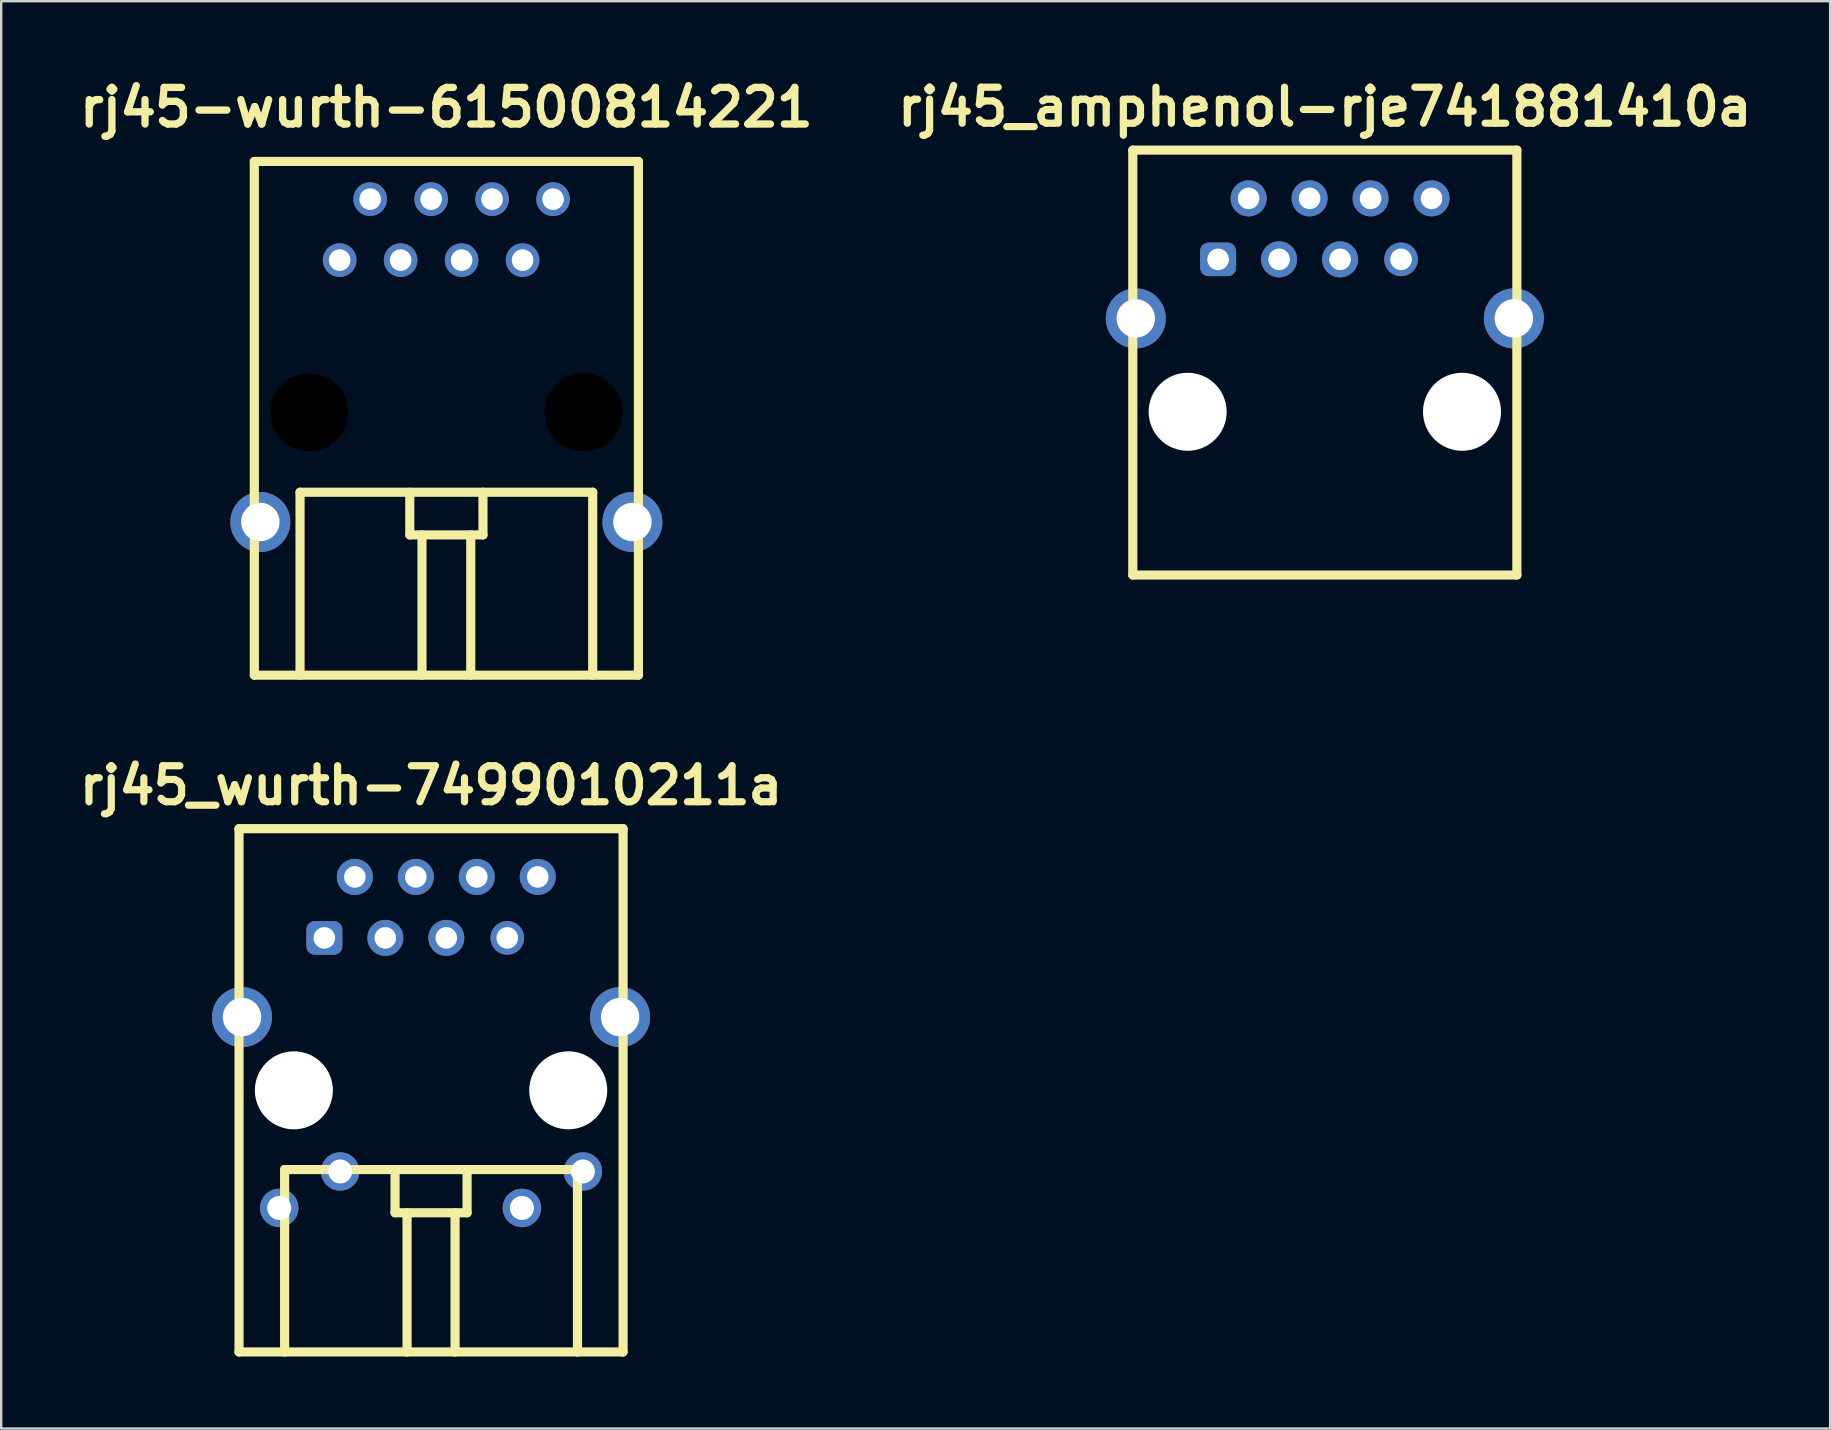
<source format=kicad_pcb>
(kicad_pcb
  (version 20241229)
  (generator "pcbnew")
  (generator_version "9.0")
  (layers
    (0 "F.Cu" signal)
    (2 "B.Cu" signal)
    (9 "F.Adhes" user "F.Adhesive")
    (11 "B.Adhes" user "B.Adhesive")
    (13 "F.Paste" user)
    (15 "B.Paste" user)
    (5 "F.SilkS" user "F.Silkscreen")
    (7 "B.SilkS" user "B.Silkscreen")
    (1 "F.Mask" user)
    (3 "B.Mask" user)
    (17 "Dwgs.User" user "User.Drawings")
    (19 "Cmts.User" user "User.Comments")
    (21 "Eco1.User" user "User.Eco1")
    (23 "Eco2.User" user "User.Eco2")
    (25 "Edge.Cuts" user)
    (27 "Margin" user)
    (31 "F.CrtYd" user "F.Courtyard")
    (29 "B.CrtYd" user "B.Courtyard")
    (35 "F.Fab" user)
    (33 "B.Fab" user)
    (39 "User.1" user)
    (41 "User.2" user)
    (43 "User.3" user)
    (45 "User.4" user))
  (footprint "rj45-wurth-61500814221"
    (layer "F.Cu")
    (at 15.545 14.126)
    (property "Reference" "rj45-wurth-61500814221" (at 0 -12.7 0) (layer "F.SilkS") (effects (font (size 1.524 1.524) (thickness 0.305))))
    (attr through_hole)
    (fp_line (start -8 -10.45) (end 8 -10.45) (stroke (width 0.381) (type solid)) (layer "F.SilkS"))
    (fp_line (start -8 10.95) (end -8 -10.45) (stroke (width 0.381) (type solid)) (layer "F.SilkS"))
    (fp_line (start -8 10.95) (end 8 10.95) (stroke (width 0.381) (type solid)) (layer "F.SilkS"))
    (fp_line (start -6.096 3.329) (end -6.096 10.95) (stroke (width 0.381) (type solid)) (layer "F.SilkS"))
    (fp_line (start -6.096 3.329) (end 6.096 3.329) (stroke (width 0.381) (type solid)) (layer "F.SilkS"))
    (fp_line (start -1.524 5.107) (end -1.524 3.329) (stroke (width 0.381) (type solid)) (layer "F.SilkS"))
    (fp_line (start -1.016 10.95) (end -1.016 5.107) (stroke (width 0.381) (type solid)) (layer "F.SilkS"))
    (fp_line (start 1.016 5.107) (end 1.016 10.95) (stroke (width 0.381) (type solid)) (layer "F.SilkS"))
    (fp_line (start 1.524 3.329) (end 1.524 5.107) (stroke (width 0.381) (type solid)) (layer "F.SilkS"))
    (fp_line (start 1.524 5.107) (end -1.524 5.107) (stroke (width 0.381) (type solid)) (layer "F.SilkS"))
    (fp_line (start 6.096 3.329) (end 6.096 10.95) (stroke (width 0.381) (type solid)) (layer "F.SilkS"))
    (fp_line (start 8 -10.45) (end 8 10.95) (stroke (width 0.381) (type solid)) (layer "F.SilkS"))
    (pad "" np_thru_hole circle (at -5.715 0) (size 3.25 3.25) (drill 3.25) (layers "*.Mask"))
    (pad "" np_thru_hole circle (at 5.715 0) (size 3.25 3.25) (drill 3.25) (layers "*.Mask"))
    (pad "1" thru_hole circle (at -4.445 -6.34) (size 1.4 1.4) (drill 0.9) (layers "*.Cu" "*.Mask"))
    (pad "2" thru_hole circle (at -3.175 -8.88) (size 1.4 1.4) (drill 0.9) (layers "*.Cu" "*.Mask"))
    (pad "3" thru_hole circle (at -1.905 -6.34) (size 1.4 1.4) (drill 0.9) (layers "*.Cu" "*.Mask"))
    (pad "4" thru_hole circle (at -0.635 -8.88) (size 1.4 1.4) (drill 0.9) (layers "*.Cu" "*.Mask"))
    (pad "5" thru_hole circle (at 0.635 -6.34) (size 1.4 1.4) (drill 0.9) (layers "*.Cu" "*.Mask"))
    (pad "6" thru_hole circle (at 1.905 -8.88) (size 1.4 1.4) (drill 0.9) (layers "*.Cu" "*.Mask"))
    (pad "7" thru_hole circle (at 3.175 -6.34) (size 1.4 1.4) (drill 0.9) (layers "*.Cu" "*.Mask"))
    (pad "8" thru_hole circle (at 4.445 -8.88) (size 1.4 1.4) (drill 0.9) (layers "*.Cu" "*.Mask"))
    (pad "9" thru_hole circle (at -7.75 4.57) (size 2.5 2.5) (drill 1.6) (layers "*.Cu" "*.Mask"))
    (pad "9" thru_hole circle (at 7.75 4.57) (size 2.5 2.5) (drill 1.6) (layers "*.Cu" "*.Mask")))
  (footprint "rj45_wurth-7499010211a"
    (layer "F.Cu")
    (at 14.907 42.371)
    (property "Reference" "rj45_wurth-7499010211a" (at 0 -12.7 0) (layer "F.SilkS") (effects (font (size 1.5 1.5) (thickness 0.3))))
    (attr through_hole)
    (fp_line (start -8 -10.9) (end 8 -10.9) (stroke (width 0.381) (type solid)) (layer "F.SilkS"))
    (fp_line (start -8 10.9) (end -8 -10.9) (stroke (width 0.381) (type solid)) (layer "F.SilkS"))
    (fp_line (start -8 10.9) (end 8 10.9) (stroke (width 0.381) (type solid)) (layer "F.SilkS"))
    (fp_line (start -6.1 3.3) (end -6.1 10.9) (stroke (width 0.381) (type solid)) (layer "F.SilkS"))
    (fp_line (start -6.1 3.3) (end 6.1 3.3) (stroke (width 0.381) (type solid)) (layer "F.SilkS"))
    (fp_line (start -1.5 5.1) (end -1.5 3.3) (stroke (width 0.381) (type solid)) (layer "F.SilkS"))
    (fp_line (start -1 10.9) (end -1 5.1) (stroke (width 0.381) (type solid)) (layer "F.SilkS"))
    (fp_line (start 1 5.1) (end 1 10.9) (stroke (width 0.381) (type solid)) (layer "F.SilkS"))
    (fp_line (start 1.5 3.3) (end 1.5 5.1) (stroke (width 0.381) (type solid)) (layer "F.SilkS"))
    (fp_line (start 1.5 5.1) (end -1.5 5.1) (stroke (width 0.381) (type solid)) (layer "F.SilkS"))
    (fp_line (start 6.1 3.3) (end 6.1 10.9) (stroke (width 0.381) (type solid)) (layer "F.SilkS"))
    (fp_line (start 8 -10.9) (end 8 10.9) (stroke (width 0.381) (type solid)) (layer "F.SilkS"))
    (pad "" np_thru_hole circle (at -5.715 0) (size 3.25 3.25) (drill 3.25) (layers "*.Cu" "*.Mask"))
    (pad "" np_thru_hole circle (at 5.715 0) (size 3.25 3.25) (drill 3.25) (layers "*.Cu" "*.Mask"))
    (pad "1" thru_hole roundrect (at -4.445 -6.35) (size 1.5 1.4) (drill 0.9) (layers "*.Cu" "*.Mask") (roundrect_rratio 0.25))
    (pad "2" thru_hole circle (at -3.175 -8.89) (size 1.5 1.5) (drill 0.9) (layers "*.Cu" "*.Mask"))
    (pad "3" thru_hole circle (at -1.905 -6.35) (size 1.5 1.5) (drill 0.9) (layers "*.Cu" "*.Mask"))
    (pad "4" thru_hole circle (at -0.635 -8.89) (size 1.5 1.5) (drill 0.9) (layers "*.Cu" "*.Mask"))
    (pad "5" thru_hole circle (at 0.635 -6.35) (size 1.5 1.5) (drill 0.9) (layers "*.Cu" "*.Mask"))
    (pad "6" thru_hole circle (at 1.905 -8.89) (size 1.5 1.5) (drill 0.9) (layers "*.Cu" "*.Mask"))
    (pad "7" thru_hole circle (at 3.175 -6.35) (size 1.4 1.4) (drill 0.9) (layers "*.Cu" "*.Mask"))
    (pad "8" thru_hole circle (at 4.445 -8.89) (size 1.5 1.5) (drill 0.9) (layers "*.Cu" "*.Mask"))
    (pad "9" thru_hole circle (at -6.325 4.9) (size 1.6 1.6) (drill 1) (layers "*.Cu" "*.Mask"))
    (pad "10" thru_hole circle (at -3.785 3.38) (size 1.6 1.6) (drill 1) (layers "*.Cu" "*.Mask"))
    (pad "11" thru_hole circle (at 3.785 4.9) (size 1.6 1.6) (drill 1) (layers "*.Cu" "*.Mask"))
    (pad "12" thru_hole circle (at 6.325 3.38) (size 1.6 1.6) (drill 1) (layers "*.Cu" "*.Mask"))
    (pad "13" thru_hole circle (at -7.875 -3.05) (size 2.5 2.5) (drill 1.6) (layers "*.Cu" "*.Mask"))
    (pad "13" thru_hole circle (at 7.875 -3.05) (size 2.5 2.5) (drill 1.6) (layers "*.Cu" "*.Mask")))
  (footprint "rj45_amphenol-rje741881410a"
    (layer "F.Cu")
    (at 52.14 14.104)
    (property "Reference" "rj45_amphenol-rje741881410a" (at 0 -12.7 0) (layer "F.SilkS") (effects (font (size 1.5 1.5) (thickness 0.3))))
    (attr through_hole)
    (fp_line (start -8 -10.9) (end 8 -10.9) (stroke (width 0.381) (type solid)) (layer "F.SilkS"))
    (fp_line (start -8 6.8) (end -8 -10.9) (stroke (width 0.381) (type solid)) (layer "F.SilkS"))
    (fp_line (start -8 6.8) (end 8 6.8) (stroke (width 0.381) (type solid)) (layer "F.SilkS"))
    (fp_line (start 8 -10.9) (end 8 6.8) (stroke (width 0.381) (type solid)) (layer "F.SilkS"))
    (pad "" np_thru_hole circle (at -5.715 0) (size 3.25 3.25) (drill 3.25) (layers "*.Cu" "*.Mask"))
    (pad "" np_thru_hole circle (at 5.715 0) (size 3.25 3.25) (drill 3.25) (layers "*.Cu" "*.Mask"))
    (pad "1" thru_hole roundrect (at -4.445 -6.35) (size 1.5 1.4) (drill 0.9) (layers "*.Cu" "*.Mask") (roundrect_rratio 0.25))
    (pad "2" thru_hole circle (at -3.175 -8.89) (size 1.5 1.5) (drill 0.9) (layers "*.Cu" "*.Mask"))
    (pad "3" thru_hole circle (at -1.905 -6.35) (size 1.5 1.5) (drill 0.9) (layers "*.Cu" "*.Mask"))
    (pad "4" thru_hole circle (at -0.635 -8.89) (size 1.5 1.5) (drill 0.9) (layers "*.Cu" "*.Mask"))
    (pad "5" thru_hole circle (at 0.635 -6.35) (size 1.5 1.5) (drill 0.9) (layers "*.Cu" "*.Mask"))
    (pad "6" thru_hole circle (at 1.905 -8.89) (size 1.5 1.5) (drill 0.9) (layers "*.Cu" "*.Mask"))
    (pad "7" thru_hole circle (at 3.175 -6.35) (size 1.4 1.4) (drill 0.9) (layers "*.Cu" "*.Mask"))
    (pad "8" thru_hole circle (at 4.445 -8.89) (size 1.5 1.5) (drill 0.9) (layers "*.Cu" "*.Mask"))
    (pad "9" thru_hole circle (at -7.875 -3.89) (size 2.5 2.5) (drill 1.6) (layers "*.Cu" "*.Mask"))
    (pad "9" thru_hole circle (at 7.875 -3.89) (size 2.5 2.5) (drill 1.6) (layers "*.Cu" "*.Mask")))
  (gr_rect
    (start -3 -3)
    (end 73.19 56.461)
    (stroke (width 0.1) (type default))
    (fill no)
    (layer "Edge.Cuts")))
</source>
